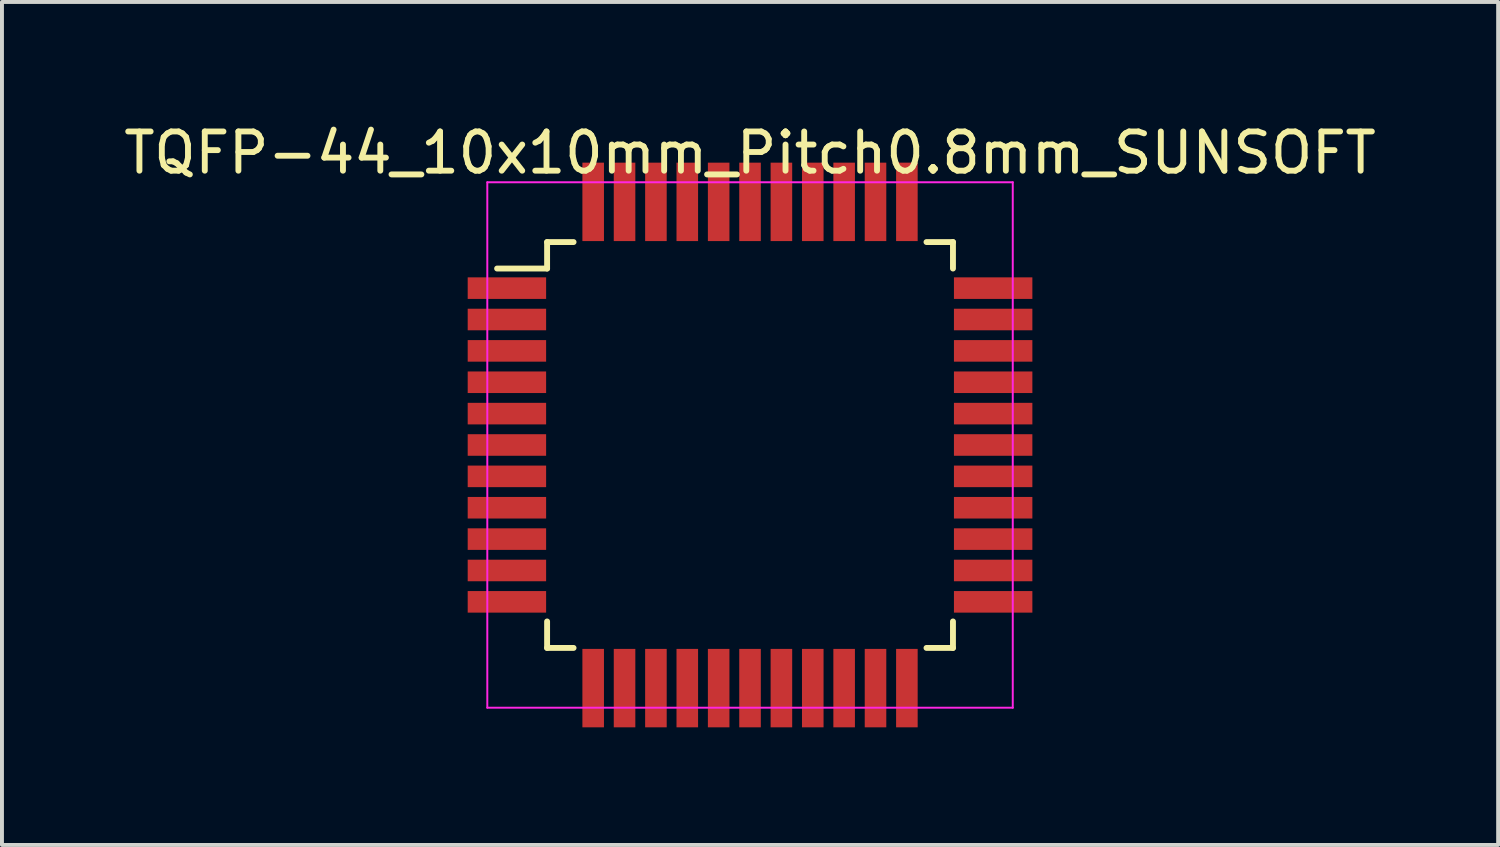
<source format=kicad_pcb>
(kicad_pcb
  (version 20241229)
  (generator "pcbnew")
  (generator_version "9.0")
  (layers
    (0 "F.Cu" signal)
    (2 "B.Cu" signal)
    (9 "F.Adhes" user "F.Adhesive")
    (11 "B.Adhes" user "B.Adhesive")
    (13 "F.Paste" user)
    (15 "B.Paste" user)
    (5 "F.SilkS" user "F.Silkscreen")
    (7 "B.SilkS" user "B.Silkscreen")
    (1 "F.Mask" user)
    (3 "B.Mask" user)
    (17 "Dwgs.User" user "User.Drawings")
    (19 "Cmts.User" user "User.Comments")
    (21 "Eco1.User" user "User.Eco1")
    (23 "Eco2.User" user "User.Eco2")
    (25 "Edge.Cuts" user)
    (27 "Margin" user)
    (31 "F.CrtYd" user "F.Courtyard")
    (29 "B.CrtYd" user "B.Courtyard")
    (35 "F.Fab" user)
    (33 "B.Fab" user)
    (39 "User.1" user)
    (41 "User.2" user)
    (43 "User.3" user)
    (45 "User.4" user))
  (footprint "TQFP-44_10x10mm_Pitch0.8mm_SUNSOFT"
    (layer "F.Cu")
    (at 16.077 8.298)
    (property "Reference" "TQFP-44_10x10mm_Pitch0.8mm_SUNSOFT" (at 0 -7.45 0) (layer "F.SilkS") (effects (font (size 1 1) (thickness 0.15))))
    (attr smd)
    (fp_line (start -5.175 -5.175) (end -5.175 -4.5) (stroke (width 0.15) (type solid)) (layer "F.SilkS"))
    (fp_line (start -5.175 -5.175) (end -4.5 -5.175) (stroke (width 0.15) (type solid)) (layer "F.SilkS"))
    (fp_line (start -5.175 -4.5) (end -6.45 -4.5) (stroke (width 0.15) (type solid)) (layer "F.SilkS"))
    (fp_line (start -5.175 5.175) (end -5.175 4.5) (stroke (width 0.15) (type solid)) (layer "F.SilkS"))
    (fp_line (start -5.175 5.175) (end -4.5 5.175) (stroke (width 0.15) (type solid)) (layer "F.SilkS"))
    (fp_line (start 5.175 -5.175) (end 4.5 -5.175) (stroke (width 0.15) (type solid)) (layer "F.SilkS"))
    (fp_line (start 5.175 -5.175) (end 5.175 -4.5) (stroke (width 0.15) (type solid)) (layer "F.SilkS"))
    (fp_line (start 5.175 5.175) (end 4.5 5.175) (stroke (width 0.15) (type solid)) (layer "F.SilkS"))
    (fp_line (start 5.175 5.175) (end 5.175 4.5) (stroke (width 0.15) (type solid)) (layer "F.SilkS"))
    (fp_line (start -6.7 -6.7) (end -6.7 6.7) (stroke (width 0.05) (type solid)) (layer "F.CrtYd"))
    (fp_line (start -6.7 -6.7) (end 6.7 -6.7) (stroke (width 0.05) (type solid)) (layer "F.CrtYd"))
    (fp_line (start -6.7 6.7) (end 6.7 6.7) (stroke (width 0.05) (type solid)) (layer "F.CrtYd"))
    (fp_line (start 6.7 -6.7) (end 6.7 6.7) (stroke (width 0.05) (type solid)) (layer "F.CrtYd"))
    (pad "1" smd rect (at -6.2 -4) (size 2 0.55) (layers "F.Cu" "F.Mask" "F.Paste"))
    (pad "2" smd rect (at -6.2 -3.2) (size 2 0.55) (layers "F.Cu" "F.Mask" "F.Paste"))
    (pad "3" smd rect (at -6.2 -2.4) (size 2 0.55) (layers "F.Cu" "F.Mask" "F.Paste"))
    (pad "4" smd rect (at -6.2 -1.6) (size 2 0.55) (layers "F.Cu" "F.Mask" "F.Paste"))
    (pad "5" smd rect (at -6.2 -0.8) (size 2 0.55) (layers "F.Cu" "F.Mask" "F.Paste"))
    (pad "6" smd rect (at -6.2 0) (size 2 0.55) (layers "F.Cu" "F.Mask" "F.Paste"))
    (pad "7" smd rect (at -6.2 0.8) (size 2 0.55) (layers "F.Cu" "F.Mask" "F.Paste"))
    (pad "8" smd rect (at -6.2 1.6) (size 2 0.55) (layers "F.Cu" "F.Mask" "F.Paste"))
    (pad "9" smd rect (at -6.2 2.4) (size 2 0.55) (layers "F.Cu" "F.Mask" "F.Paste"))
    (pad "10" smd rect (at -6.2 3.2) (size 2 0.55) (layers "F.Cu" "F.Mask" "F.Paste"))
    (pad "11" smd rect (at -6.2 4) (size 2 0.55) (layers "F.Cu" "F.Mask" "F.Paste"))
    (pad "12" smd rect (at -4 6.2 90) (size 2 0.55) (layers "F.Cu" "F.Mask" "F.Paste"))
    (pad "13" smd rect (at -3.2 6.2 90) (size 2 0.55) (layers "F.Cu" "F.Mask" "F.Paste"))
    (pad "14" smd rect (at -2.4 6.2 90) (size 2 0.55) (layers "F.Cu" "F.Mask" "F.Paste"))
    (pad "15" smd rect (at -1.6 6.2 90) (size 2 0.55) (layers "F.Cu" "F.Mask" "F.Paste"))
    (pad "16" smd rect (at -0.8 6.2 90) (size 2 0.55) (layers "F.Cu" "F.Mask" "F.Paste"))
    (pad "17" smd rect (at 0 6.2 90) (size 2 0.55) (layers "F.Cu" "F.Mask" "F.Paste"))
    (pad "18" smd rect (at 0.8 6.2 90) (size 2 0.55) (layers "F.Cu" "F.Mask" "F.Paste"))
    (pad "19" smd rect (at 1.6 6.2 90) (size 2 0.55) (layers "F.Cu" "F.Mask" "F.Paste"))
    (pad "20" smd rect (at 2.4 6.2 90) (size 2 0.55) (layers "F.Cu" "F.Mask" "F.Paste"))
    (pad "21" smd rect (at 3.2 6.2 90) (size 2 0.55) (layers "F.Cu" "F.Mask" "F.Paste"))
    (pad "22" smd rect (at 4 6.2 90) (size 2 0.55) (layers "F.Cu" "F.Mask" "F.Paste"))
    (pad "23" smd rect (at 6.2 4) (size 2 0.55) (layers "F.Cu" "F.Mask" "F.Paste"))
    (pad "24" smd rect (at 6.2 3.2) (size 2 0.55) (layers "F.Cu" "F.Mask" "F.Paste"))
    (pad "25" smd rect (at 6.2 2.4) (size 2 0.55) (layers "F.Cu" "F.Mask" "F.Paste"))
    (pad "26" smd rect (at 6.2 1.6) (size 2 0.55) (layers "F.Cu" "F.Mask" "F.Paste"))
    (pad "27" smd rect (at 6.2 0.8) (size 2 0.55) (layers "F.Cu" "F.Mask" "F.Paste"))
    (pad "28" smd rect (at 6.2 0) (size 2 0.55) (layers "F.Cu" "F.Mask" "F.Paste"))
    (pad "29" smd rect (at 6.2 -0.8) (size 2 0.55) (layers "F.Cu" "F.Mask" "F.Paste"))
    (pad "30" smd rect (at 6.2 -1.6) (size 2 0.55) (layers "F.Cu" "F.Mask" "F.Paste"))
    (pad "31" smd rect (at 6.2 -2.4) (size 2 0.55) (layers "F.Cu" "F.Mask" "F.Paste"))
    (pad "32" smd rect (at 6.2 -3.2) (size 2 0.55) (layers "F.Cu" "F.Mask" "F.Paste"))
    (pad "33" smd rect (at 6.2 -4) (size 2 0.55) (layers "F.Cu" "F.Mask" "F.Paste"))
    (pad "34" smd rect (at 4 -6.2 90) (size 2 0.55) (layers "F.Cu" "F.Mask" "F.Paste"))
    (pad "35" smd rect (at 3.2 -6.2 90) (size 2 0.55) (layers "F.Cu" "F.Mask" "F.Paste"))
    (pad "36" smd rect (at 2.4 -6.2 90) (size 2 0.55) (layers "F.Cu" "F.Mask" "F.Paste"))
    (pad "37" smd rect (at 1.6 -6.2 90) (size 2 0.55) (layers "F.Cu" "F.Mask" "F.Paste"))
    (pad "38" smd rect (at 0.8 -6.2 90) (size 2 0.55) (layers "F.Cu" "F.Mask" "F.Paste"))
    (pad "39" smd rect (at 0 -6.2 90) (size 2 0.55) (layers "F.Cu" "F.Mask" "F.Paste"))
    (pad "40" smd rect (at -0.8 -6.2 90) (size 2 0.55) (layers "F.Cu" "F.Mask" "F.Paste"))
    (pad "41" smd rect (at -1.6 -6.2 90) (size 2 0.55) (layers "F.Cu" "F.Mask" "F.Paste"))
    (pad "42" smd rect (at -2.4 -6.2 90) (size 2 0.55) (layers "F.Cu" "F.Mask" "F.Paste"))
    (pad "43" smd rect (at -3.2 -6.2 90) (size 2 0.55) (layers "F.Cu" "F.Mask" "F.Paste"))
    (pad "44" smd rect (at -4 -6.2 90) (size 2 0.55) (layers "F.Cu" "F.Mask" "F.Paste")))
  (gr_rect
    (start -3 -3)
    (end 35.155 18.498)
    (stroke (width 0.1) (type default))
    (fill no)
    (layer "Edge.Cuts")))
</source>
